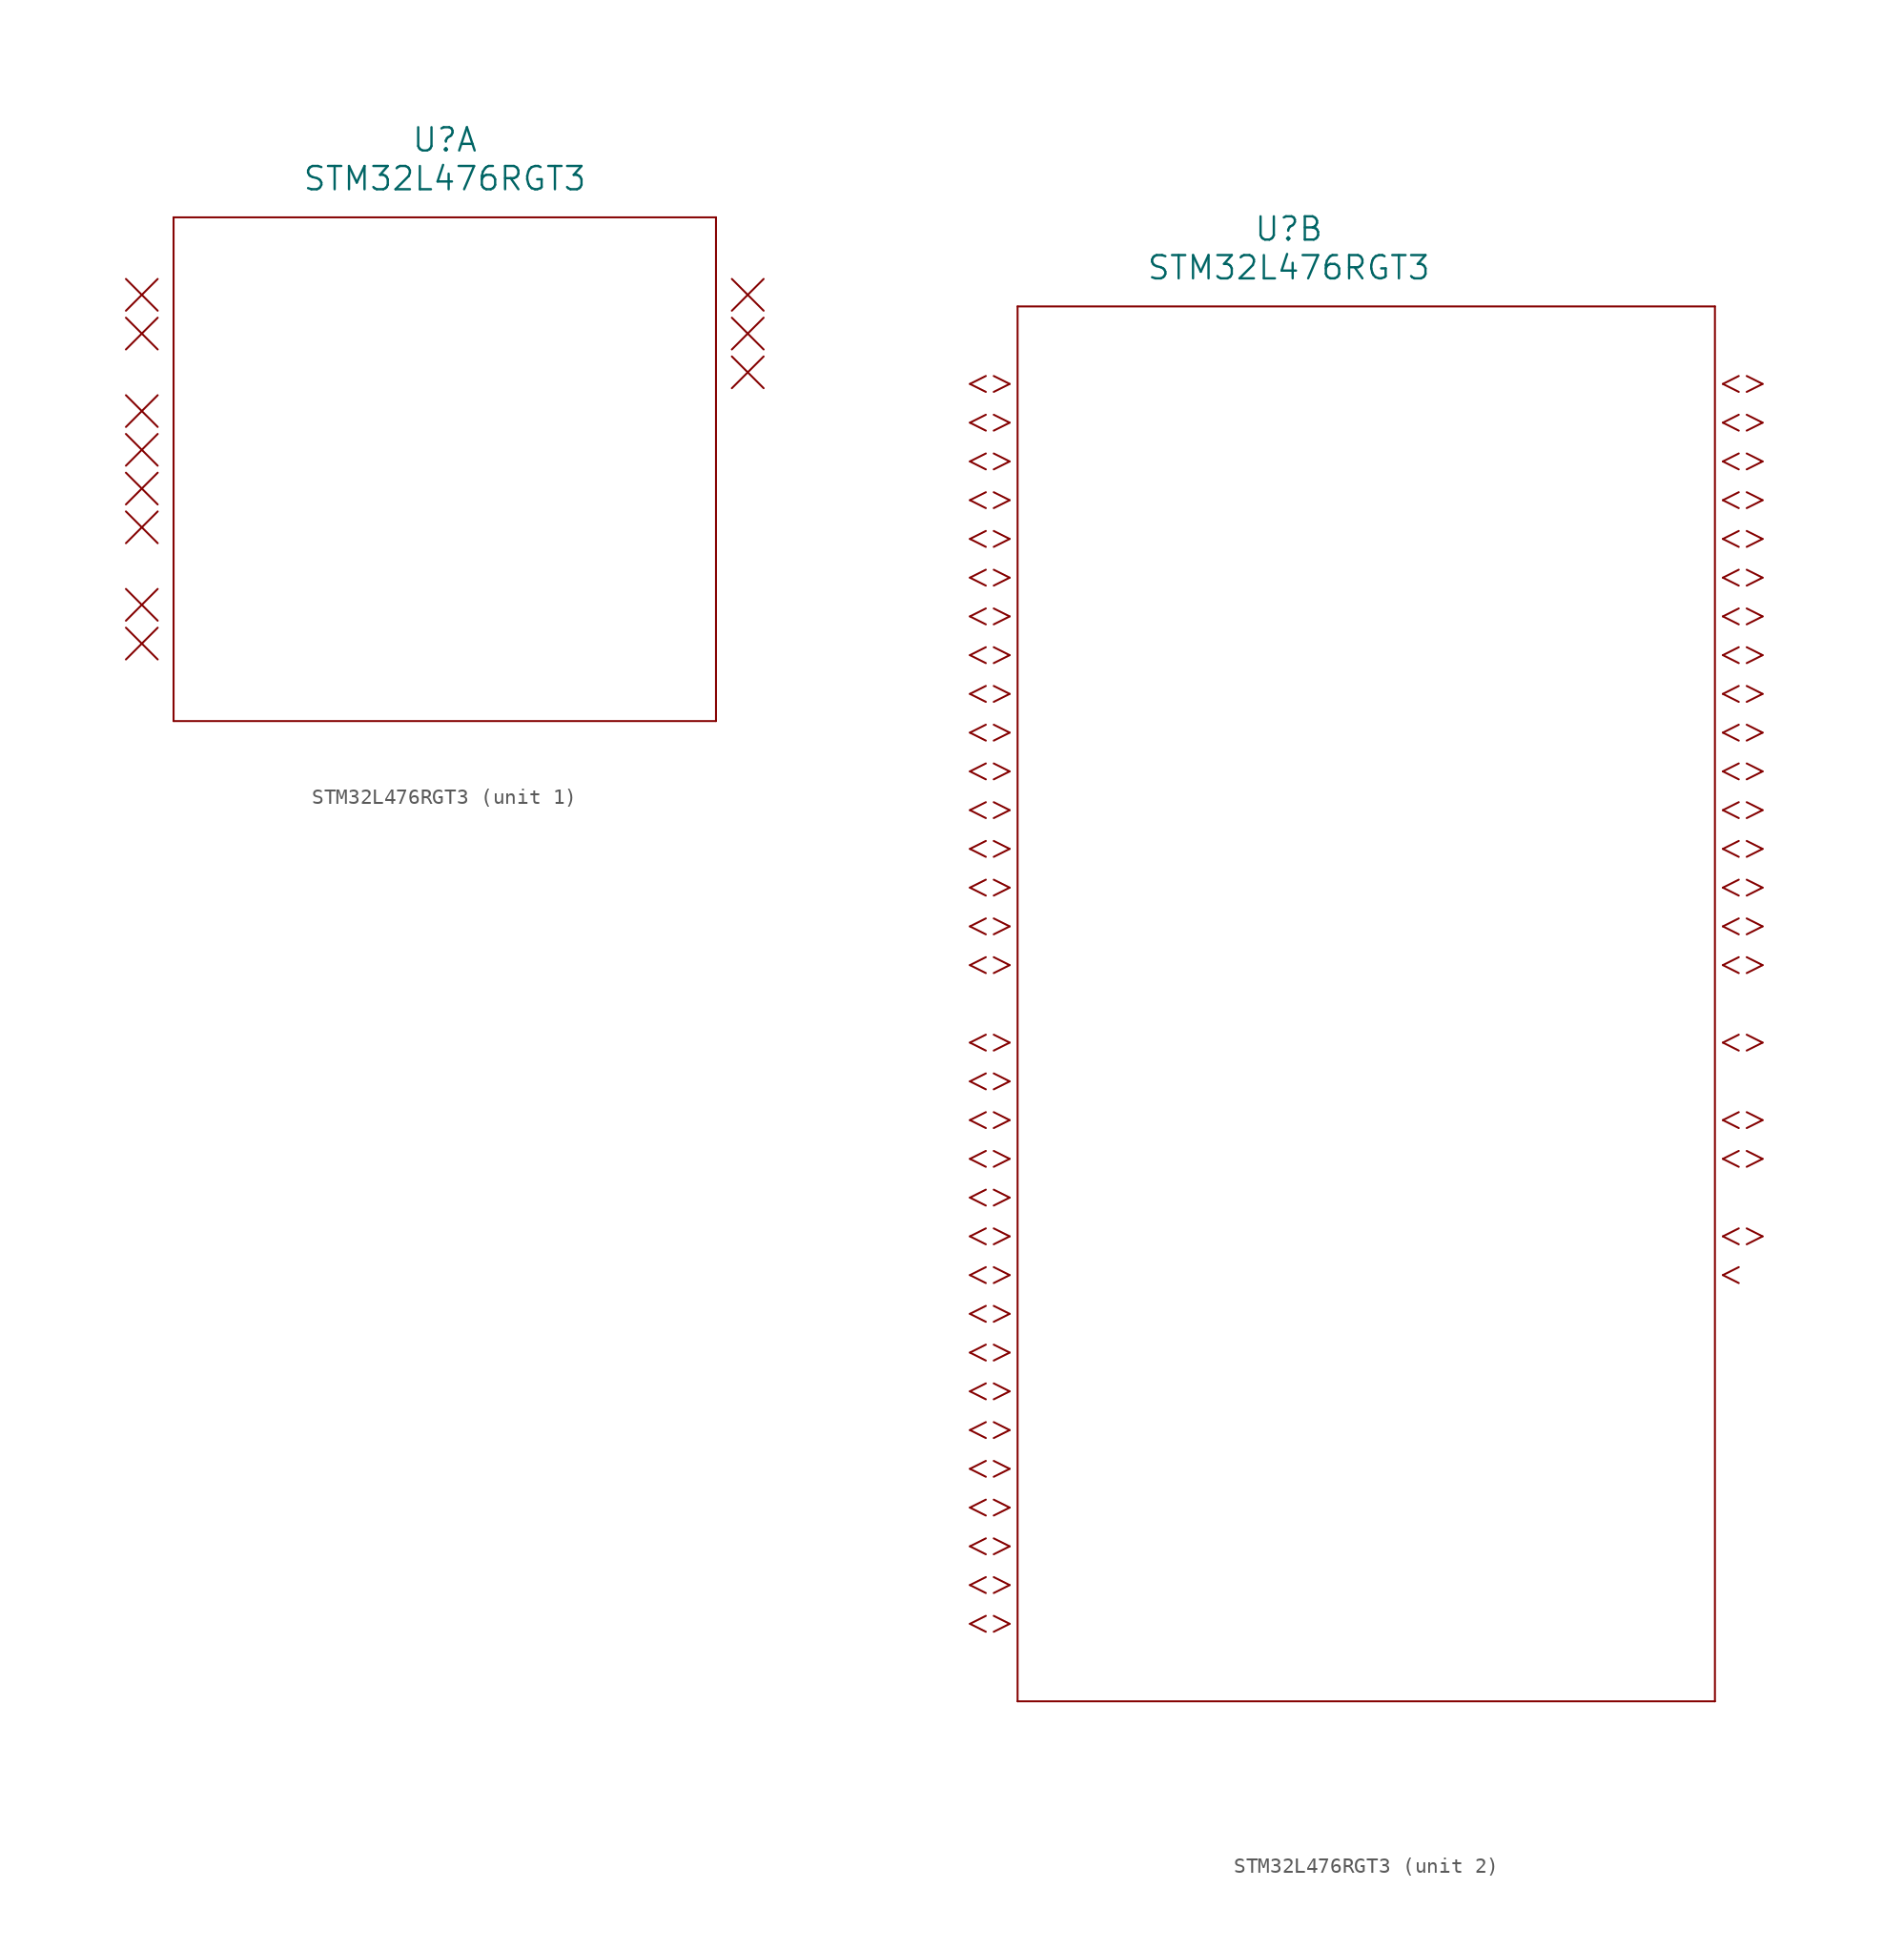
<source format=kicad_sym>
(kicad_symbol_lib
  (version 20211014)
  (generator kicad_symbol_editor)
  (symbol "STM32L476RGT3"
    (pin_names
      (offset 0.254))
    (property "Reference" "U"
      (at 25.4 10.16 0)
      (effects (font (size 1.524 1.524))))
    (property "Value" "STM32L476RGT3"
      (at 25.4 7.62 0)
      (effects (font (size 1.524 1.524))))
    (symbol "STM32L476RGT3_1_1"
      (polyline (pts (xy 4.496 1.041) (xy 6.579 -1.041)) (stroke (width .127) (type default) (color 0 0 0 0)) (fill (type none)))
      (polyline (pts (xy 6.579 1.041) (xy 4.496 -1.041)) (stroke (width .127) (type default) (color 0 0 0 0)) (fill (type none)))
      (polyline (pts (xy 4.496 -1.499) (xy 6.579 -3.581)) (stroke (width .127) (type default) (color 0 0 0 0)) (fill (type none)))
      (polyline (pts (xy 6.579 -1.499) (xy 4.496 -3.581)) (stroke (width .127) (type default) (color 0 0 0 0)) (fill (type none)))
      (polyline (pts (xy 4.496 -6.579) (xy 6.579 -8.661)) (stroke (width .127) (type default) (color 0 0 0 0)) (fill (type none)))
      (polyline (pts (xy 6.579 -6.579) (xy 4.496 -8.661)) (stroke (width .127) (type default) (color 0 0 0 0)) (fill (type none)))
      (polyline (pts (xy 4.496 -9.119) (xy 6.579 -11.201)) (stroke (width .127) (type default) (color 0 0 0 0)) (fill (type none)))
      (polyline (pts (xy 6.579 -9.119) (xy 4.496 -11.201)) (stroke (width .127) (type default) (color 0 0 0 0)) (fill (type none)))
      (polyline (pts (xy 4.496 -11.659) (xy 6.579 -13.741)) (stroke (width .127) (type default) (color 0 0 0 0)) (fill (type none)))
      (polyline (pts (xy 6.579 -11.659) (xy 4.496 -13.741)) (stroke (width .127) (type default) (color 0 0 0 0)) (fill (type none)))
      (polyline (pts (xy 4.496 -14.199) (xy 6.579 -16.281)) (stroke (width .127) (type default) (color 0 0 0 0)) (fill (type none)))
      (polyline (pts (xy 6.579 -14.199) (xy 4.496 -16.281)) (stroke (width .127) (type default) (color 0 0 0 0)) (fill (type none)))
      (polyline (pts (xy 4.496 -19.279) (xy 6.579 -21.361)) (stroke (width .127) (type default) (color 0 0 0 0)) (fill (type none)))
      (polyline (pts (xy 6.579 -19.279) (xy 4.496 -21.361)) (stroke (width .127) (type default) (color 0 0 0 0)) (fill (type none)))
      (polyline (pts (xy 4.496 -21.819) (xy 6.579 -23.901)) (stroke (width .127) (type default) (color 0 0 0 0)) (fill (type none)))
      (polyline (pts (xy 6.579 -21.819) (xy 4.496 -23.901)) (stroke (width .127) (type default) (color 0 0 0 0)) (fill (type none)))
      (polyline (pts (xy 46.304 -1.041) (xy 44.221 1.041)) (stroke (width .127) (type default) (color 0 0 0 0)) (fill (type none)))
      (polyline (pts (xy 44.221 -1.041) (xy 46.304 1.041)) (stroke (width .127) (type default) (color 0 0 0 0)) (fill (type none)))
      (polyline (pts (xy 46.304 -3.581) (xy 44.221 -1.499)) (stroke (width .127) (type default) (color 0 0 0 0)) (fill (type none)))
      (polyline (pts (xy 44.221 -3.581) (xy 46.304 -1.499)) (stroke (width .127) (type default) (color 0 0 0 0)) (fill (type none)))
      (polyline (pts (xy 46.304 -6.121) (xy 44.221 -4.039)) (stroke (width .127) (type default) (color 0 0 0 0)) (fill (type none)))
      (polyline (pts (xy 44.221 -6.121) (xy 46.304 -4.039)) (stroke (width .127) (type default) (color 0 0 0 0)) (fill (type none)))
      (polyline (pts (xy 7.62 5.08) (xy 7.62 -27.94)) (stroke (width .127) (type default) (color 0 0 0 0)) (fill (type none)))
      (polyline (pts (xy 7.62 -27.94) (xy 43.18 -27.94)) (stroke (width .127) (type default) (color 0 0 0 0)) (fill (type none)))
      (polyline (pts (xy 43.18 -27.94) (xy 43.18 5.08)) (stroke (width .127) (type default) (color 0 0 0 0)) (fill (type none)))
      (polyline (pts (xy 43.18 5.08) (xy 7.62 5.08)) (stroke (width .127) (type default) (color 0 0 0 0)) (fill (type none))))
    (symbol "STM32L476RGT3_2_1"
      (polyline (pts (xy 7.099 0) (xy 6.058 .5207)) (stroke (width .127) (type default) (color 0 0 0 0)) (fill (type none)))
      (polyline (pts (xy 7.099 0) (xy 6.058 -.5207)) (stroke (width .127) (type default) (color 0 0 0 0)) (fill (type none)))
      (polyline (pts (xy 5.537 .5207) (xy 4.496 0)) (stroke (width .127) (type default) (color 0 0 0 0)) (fill (type none)))
      (polyline (pts (xy 5.537 -.5207) (xy 4.496 0)) (stroke (width .127) (type default) (color 0 0 0 0)) (fill (type none)))
      (polyline (pts (xy 7.099 -2.54) (xy 6.058 -2.019)) (stroke (width .127) (type default) (color 0 0 0 0)) (fill (type none)))
      (polyline (pts (xy 7.099 -2.54) (xy 6.058 -3.061)) (stroke (width .127) (type default) (color 0 0 0 0)) (fill (type none)))
      (polyline (pts (xy 5.537 -2.019) (xy 4.496 -2.54)) (stroke (width .127) (type default) (color 0 0 0 0)) (fill (type none)))
      (polyline (pts (xy 5.537 -3.061) (xy 4.496 -2.54)) (stroke (width .127) (type default) (color 0 0 0 0)) (fill (type none)))
      (polyline (pts (xy 7.099 -5.08) (xy 6.058 -4.559)) (stroke (width .127) (type default) (color 0 0 0 0)) (fill (type none)))
      (polyline (pts (xy 7.099 -5.08) (xy 6.058 -5.601)) (stroke (width .127) (type default) (color 0 0 0 0)) (fill (type none)))
      (polyline (pts (xy 5.537 -4.559) (xy 4.496 -5.08)) (stroke (width .127) (type default) (color 0 0 0 0)) (fill (type none)))
      (polyline (pts (xy 5.537 -5.601) (xy 4.496 -5.08)) (stroke (width .127) (type default) (color 0 0 0 0)) (fill (type none)))
      (polyline (pts (xy 7.099 -7.62) (xy 6.058 -7.099)) (stroke (width .127) (type default) (color 0 0 0 0)) (fill (type none)))
      (polyline (pts (xy 7.099 -7.62) (xy 6.058 -8.141)) (stroke (width .127) (type default) (color 0 0 0 0)) (fill (type none)))
      (polyline (pts (xy 5.537 -7.099) (xy 4.496 -7.62)) (stroke (width .127) (type default) (color 0 0 0 0)) (fill (type none)))
      (polyline (pts (xy 5.537 -8.141) (xy 4.496 -7.62)) (stroke (width .127) (type default) (color 0 0 0 0)) (fill (type none)))
      (polyline (pts (xy 7.099 -10.16) (xy 6.058 -9.639)) (stroke (width .127) (type default) (color 0 0 0 0)) (fill (type none)))
      (polyline (pts (xy 7.099 -10.16) (xy 6.058 -10.681)) (stroke (width .127) (type default) (color 0 0 0 0)) (fill (type none)))
      (polyline (pts (xy 5.537 -9.639) (xy 4.496 -10.16)) (stroke (width .127) (type default) (color 0 0 0 0)) (fill (type none)))
      (polyline (pts (xy 5.537 -10.681) (xy 4.496 -10.16)) (stroke (width .127) (type default) (color 0 0 0 0)) (fill (type none)))
      (polyline (pts (xy 7.099 -12.7) (xy 6.058 -12.179)) (stroke (width .127) (type default) (color 0 0 0 0)) (fill (type none)))
      (polyline (pts (xy 7.099 -12.7) (xy 6.058 -13.221)) (stroke (width .127) (type default) (color 0 0 0 0)) (fill (type none)))
      (polyline (pts (xy 5.537 -12.179) (xy 4.496 -12.7)) (stroke (width .127) (type default) (color 0 0 0 0)) (fill (type none)))
      (polyline (pts (xy 5.537 -13.221) (xy 4.496 -12.7)) (stroke (width .127) (type default) (color 0 0 0 0)) (fill (type none)))
      (polyline (pts (xy 7.099 -15.24) (xy 6.058 -14.719)) (stroke (width .127) (type default) (color 0 0 0 0)) (fill (type none)))
      (polyline (pts (xy 7.099 -15.24) (xy 6.058 -15.761)) (stroke (width .127) (type default) (color 0 0 0 0)) (fill (type none)))
      (polyline (pts (xy 5.537 -14.719) (xy 4.496 -15.24)) (stroke (width .127) (type default) (color 0 0 0 0)) (fill (type none)))
      (polyline (pts (xy 5.537 -15.761) (xy 4.496 -15.24)) (stroke (width .127) (type default) (color 0 0 0 0)) (fill (type none)))
      (polyline (pts (xy 7.099 -17.78) (xy 6.058 -17.259)) (stroke (width .127) (type default) (color 0 0 0 0)) (fill (type none)))
      (polyline (pts (xy 7.099 -17.78) (xy 6.058 -18.301)) (stroke (width .127) (type default) (color 0 0 0 0)) (fill (type none)))
      (polyline (pts (xy 5.537 -17.259) (xy 4.496 -17.78)) (stroke (width .127) (type default) (color 0 0 0 0)) (fill (type none)))
      (polyline (pts (xy 5.537 -18.301) (xy 4.496 -17.78)) (stroke (width .127) (type default) (color 0 0 0 0)) (fill (type none)))
      (polyline (pts (xy 7.099 -20.32) (xy 6.058 -19.799)) (stroke (width .127) (type default) (color 0 0 0 0)) (fill (type none)))
      (polyline (pts (xy 7.099 -20.32) (xy 6.058 -20.841)) (stroke (width .127) (type default) (color 0 0 0 0)) (fill (type none)))
      (polyline (pts (xy 5.537 -19.799) (xy 4.496 -20.32)) (stroke (width .127) (type default) (color 0 0 0 0)) (fill (type none)))
      (polyline (pts (xy 5.537 -20.841) (xy 4.496 -20.32)) (stroke (width .127) (type default) (color 0 0 0 0)) (fill (type none)))
      (polyline (pts (xy 7.099 -22.86) (xy 6.058 -22.339)) (stroke (width .127) (type default) (color 0 0 0 0)) (fill (type none)))
      (polyline (pts (xy 7.099 -22.86) (xy 6.058 -23.381)) (stroke (width .127) (type default) (color 0 0 0 0)) (fill (type none)))
      (polyline (pts (xy 5.537 -22.339) (xy 4.496 -22.86)) (stroke (width .127) (type default) (color 0 0 0 0)) (fill (type none)))
      (polyline (pts (xy 5.537 -23.381) (xy 4.496 -22.86)) (stroke (width .127) (type default) (color 0 0 0 0)) (fill (type none)))
      (polyline (pts (xy 7.099 -25.4) (xy 6.058 -24.879)) (stroke (width .127) (type default) (color 0 0 0 0)) (fill (type none)))
      (polyline (pts (xy 7.099 -25.4) (xy 6.058 -25.921)) (stroke (width .127) (type default) (color 0 0 0 0)) (fill (type none)))
      (polyline (pts (xy 5.537 -24.879) (xy 4.496 -25.4)) (stroke (width .127) (type default) (color 0 0 0 0)) (fill (type none)))
      (polyline (pts (xy 5.537 -25.921) (xy 4.496 -25.4)) (stroke (width .127) (type default) (color 0 0 0 0)) (fill (type none)))
      (polyline (pts (xy 7.099 -27.94) (xy 6.058 -27.419)) (stroke (width .127) (type default) (color 0 0 0 0)) (fill (type none)))
      (polyline (pts (xy 7.099 -27.94) (xy 6.058 -28.461)) (stroke (width .127) (type default) (color 0 0 0 0)) (fill (type none)))
      (polyline (pts (xy 5.537 -27.419) (xy 4.496 -27.94)) (stroke (width .127) (type default) (color 0 0 0 0)) (fill (type none)))
      (polyline (pts (xy 5.537 -28.461) (xy 4.496 -27.94)) (stroke (width .127) (type default) (color 0 0 0 0)) (fill (type none)))
      (polyline (pts (xy 7.099 -30.48) (xy 6.058 -29.959)) (stroke (width .127) (type default) (color 0 0 0 0)) (fill (type none)))
      (polyline (pts (xy 7.099 -30.48) (xy 6.058 -31.001)) (stroke (width .127) (type default) (color 0 0 0 0)) (fill (type none)))
      (polyline (pts (xy 5.537 -29.959) (xy 4.496 -30.48)) (stroke (width .127) (type default) (color 0 0 0 0)) (fill (type none)))
      (polyline (pts (xy 5.537 -31.001) (xy 4.496 -30.48)) (stroke (width .127) (type default) (color 0 0 0 0)) (fill (type none)))
      (polyline (pts (xy 7.099 -33.02) (xy 6.058 -32.499)) (stroke (width .127) (type default) (color 0 0 0 0)) (fill (type none)))
      (polyline (pts (xy 7.099 -33.02) (xy 6.058 -33.541)) (stroke (width .127) (type default) (color 0 0 0 0)) (fill (type none)))
      (polyline (pts (xy 5.537 -32.499) (xy 4.496 -33.02)) (stroke (width .127) (type default) (color 0 0 0 0)) (fill (type none)))
      (polyline (pts (xy 5.537 -33.541) (xy 4.496 -33.02)) (stroke (width .127) (type default) (color 0 0 0 0)) (fill (type none)))
      (polyline (pts (xy 7.099 -35.56) (xy 6.058 -35.039)) (stroke (width .127) (type default) (color 0 0 0 0)) (fill (type none)))
      (polyline (pts (xy 7.099 -35.56) (xy 6.058 -36.081)) (stroke (width .127) (type default) (color 0 0 0 0)) (fill (type none)))
      (polyline (pts (xy 5.537 -35.039) (xy 4.496 -35.56)) (stroke (width .127) (type default) (color 0 0 0 0)) (fill (type none)))
      (polyline (pts (xy 5.537 -36.081) (xy 4.496 -35.56)) (stroke (width .127) (type default) (color 0 0 0 0)) (fill (type none)))
      (polyline (pts (xy 7.099 -38.1) (xy 6.058 -37.579)) (stroke (width .127) (type default) (color 0 0 0 0)) (fill (type none)))
      (polyline (pts (xy 7.099 -38.1) (xy 6.058 -38.621)) (stroke (width .127) (type default) (color 0 0 0 0)) (fill (type none)))
      (polyline (pts (xy 5.537 -37.579) (xy 4.496 -38.1)) (stroke (width .127) (type default) (color 0 0 0 0)) (fill (type none)))
      (polyline (pts (xy 5.537 -38.621) (xy 4.496 -38.1)) (stroke (width .127) (type default) (color 0 0 0 0)) (fill (type none)))
      (polyline (pts (xy 7.099 -43.18) (xy 6.058 -42.659)) (stroke (width .127) (type default) (color 0 0 0 0)) (fill (type none)))
      (polyline (pts (xy 7.099 -43.18) (xy 6.058 -43.701)) (stroke (width .127) (type default) (color 0 0 0 0)) (fill (type none)))
      (polyline (pts (xy 5.537 -42.659) (xy 4.496 -43.18)) (stroke (width .127) (type default) (color 0 0 0 0)) (fill (type none)))
      (polyline (pts (xy 5.537 -43.701) (xy 4.496 -43.18)) (stroke (width .127) (type default) (color 0 0 0 0)) (fill (type none)))
      (polyline (pts (xy 7.099 -45.72) (xy 6.058 -45.199)) (stroke (width .127) (type default) (color 0 0 0 0)) (fill (type none)))
      (polyline (pts (xy 7.099 -45.72) (xy 6.058 -46.241)) (stroke (width .127) (type default) (color 0 0 0 0)) (fill (type none)))
      (polyline (pts (xy 5.537 -45.199) (xy 4.496 -45.72)) (stroke (width .127) (type default) (color 0 0 0 0)) (fill (type none)))
      (polyline (pts (xy 5.537 -46.241) (xy 4.496 -45.72)) (stroke (width .127) (type default) (color 0 0 0 0)) (fill (type none)))
      (polyline (pts (xy 7.099 -48.26) (xy 6.058 -47.739)) (stroke (width .127) (type default) (color 0 0 0 0)) (fill (type none)))
      (polyline (pts (xy 7.099 -48.26) (xy 6.058 -48.781)) (stroke (width .127) (type default) (color 0 0 0 0)) (fill (type none)))
      (polyline (pts (xy 5.537 -47.739) (xy 4.496 -48.26)) (stroke (width .127) (type default) (color 0 0 0 0)) (fill (type none)))
      (polyline (pts (xy 5.537 -48.781) (xy 4.496 -48.26)) (stroke (width .127) (type default) (color 0 0 0 0)) (fill (type none)))
      (polyline (pts (xy 7.099 -50.8) (xy 6.058 -50.279)) (stroke (width .127) (type default) (color 0 0 0 0)) (fill (type none)))
      (polyline (pts (xy 7.099 -50.8) (xy 6.058 -51.321)) (stroke (width .127) (type default) (color 0 0 0 0)) (fill (type none)))
      (polyline (pts (xy 5.537 -50.279) (xy 4.496 -50.8)) (stroke (width .127) (type default) (color 0 0 0 0)) (fill (type none)))
      (polyline (pts (xy 5.537 -51.321) (xy 4.496 -50.8)) (stroke (width .127) (type default) (color 0 0 0 0)) (fill (type none)))
      (polyline (pts (xy 7.099 -53.34) (xy 6.058 -52.819)) (stroke (width .127) (type default) (color 0 0 0 0)) (fill (type none)))
      (polyline (pts (xy 7.099 -53.34) (xy 6.058 -53.861)) (stroke (width .127) (type default) (color 0 0 0 0)) (fill (type none)))
      (polyline (pts (xy 5.537 -52.819) (xy 4.496 -53.34)) (stroke (width .127) (type default) (color 0 0 0 0)) (fill (type none)))
      (polyline (pts (xy 5.537 -53.861) (xy 4.496 -53.34)) (stroke (width .127) (type default) (color 0 0 0 0)) (fill (type none)))
      (polyline (pts (xy 7.099 -55.88) (xy 6.058 -55.359)) (stroke (width .127) (type default) (color 0 0 0 0)) (fill (type none)))
      (polyline (pts (xy 7.099 -55.88) (xy 6.058 -56.401)) (stroke (width .127) (type default) (color 0 0 0 0)) (fill (type none)))
      (polyline (pts (xy 5.537 -55.359) (xy 4.496 -55.88)) (stroke (width .127) (type default) (color 0 0 0 0)) (fill (type none)))
      (polyline (pts (xy 5.537 -56.401) (xy 4.496 -55.88)) (stroke (width .127) (type default) (color 0 0 0 0)) (fill (type none)))
      (polyline (pts (xy 7.099 -58.42) (xy 6.058 -57.899)) (stroke (width .127) (type default) (color 0 0 0 0)) (fill (type none)))
      (polyline (pts (xy 7.099 -58.42) (xy 6.058 -58.941)) (stroke (width .127) (type default) (color 0 0 0 0)) (fill (type none)))
      (polyline (pts (xy 5.537 -57.899) (xy 4.496 -58.42)) (stroke (width .127) (type default) (color 0 0 0 0)) (fill (type none)))
      (polyline (pts (xy 5.537 -58.941) (xy 4.496 -58.42)) (stroke (width .127) (type default) (color 0 0 0 0)) (fill (type none)))
      (polyline (pts (xy 7.099 -60.96) (xy 6.058 -60.439)) (stroke (width .127) (type default) (color 0 0 0 0)) (fill (type none)))
      (polyline (pts (xy 7.099 -60.96) (xy 6.058 -61.481)) (stroke (width .127) (type default) (color 0 0 0 0)) (fill (type none)))
      (polyline (pts (xy 5.537 -60.439) (xy 4.496 -60.96)) (stroke (width .127) (type default) (color 0 0 0 0)) (fill (type none)))
      (polyline (pts (xy 5.537 -61.481) (xy 4.496 -60.96)) (stroke (width .127) (type default) (color 0 0 0 0)) (fill (type none)))
      (polyline (pts (xy 7.099 -63.5) (xy 6.058 -62.979)) (stroke (width .127) (type default) (color 0 0 0 0)) (fill (type none)))
      (polyline (pts (xy 7.099 -63.5) (xy 6.058 -64.021)) (stroke (width .127) (type default) (color 0 0 0 0)) (fill (type none)))
      (polyline (pts (xy 5.537 -62.979) (xy 4.496 -63.5)) (stroke (width .127) (type default) (color 0 0 0 0)) (fill (type none)))
      (polyline (pts (xy 5.537 -64.021) (xy 4.496 -63.5)) (stroke (width .127) (type default) (color 0 0 0 0)) (fill (type none)))
      (polyline (pts (xy 7.099 -66.04) (xy 6.058 -65.519)) (stroke (width .127) (type default) (color 0 0 0 0)) (fill (type none)))
      (polyline (pts (xy 7.099 -66.04) (xy 6.058 -66.561)) (stroke (width .127) (type default) (color 0 0 0 0)) (fill (type none)))
      (polyline (pts (xy 5.537 -65.519) (xy 4.496 -66.04)) (stroke (width .127) (type default) (color 0 0 0 0)) (fill (type none)))
      (polyline (pts (xy 5.537 -66.561) (xy 4.496 -66.04)) (stroke (width .127) (type default) (color 0 0 0 0)) (fill (type none)))
      (polyline (pts (xy 7.099 -68.58) (xy 6.058 -68.059)) (stroke (width .127) (type default) (color 0 0 0 0)) (fill (type none)))
      (polyline (pts (xy 7.099 -68.58) (xy 6.058 -69.101)) (stroke (width .127) (type default) (color 0 0 0 0)) (fill (type none)))
      (polyline (pts (xy 5.537 -68.059) (xy 4.496 -68.58)) (stroke (width .127) (type default) (color 0 0 0 0)) (fill (type none)))
      (polyline (pts (xy 5.537 -69.101) (xy 4.496 -68.58)) (stroke (width .127) (type default) (color 0 0 0 0)) (fill (type none)))
      (polyline (pts (xy 7.099 -71.12) (xy 6.058 -70.599)) (stroke (width .127) (type default) (color 0 0 0 0)) (fill (type none)))
      (polyline (pts (xy 7.099 -71.12) (xy 6.058 -71.641)) (stroke (width .127) (type default) (color 0 0 0 0)) (fill (type none)))
      (polyline (pts (xy 5.537 -70.599) (xy 4.496 -71.12)) (stroke (width .127) (type default) (color 0 0 0 0)) (fill (type none)))
      (polyline (pts (xy 5.537 -71.641) (xy 4.496 -71.12)) (stroke (width .127) (type default) (color 0 0 0 0)) (fill (type none)))
      (polyline (pts (xy 7.099 -73.66) (xy 6.058 -73.139)) (stroke (width .127) (type default) (color 0 0 0 0)) (fill (type none)))
      (polyline (pts (xy 7.099 -73.66) (xy 6.058 -74.181)) (stroke (width .127) (type default) (color 0 0 0 0)) (fill (type none)))
      (polyline (pts (xy 5.537 -73.139) (xy 4.496 -73.66)) (stroke (width .127) (type default) (color 0 0 0 0)) (fill (type none)))
      (polyline (pts (xy 5.537 -74.181) (xy 4.496 -73.66)) (stroke (width .127) (type default) (color 0 0 0 0)) (fill (type none)))
      (polyline (pts (xy 7.099 -76.2) (xy 6.058 -75.679)) (stroke (width .127) (type default) (color 0 0 0 0)) (fill (type none)))
      (polyline (pts (xy 7.099 -76.2) (xy 6.058 -76.721)) (stroke (width .127) (type default) (color 0 0 0 0)) (fill (type none)))
      (polyline (pts (xy 5.537 -75.679) (xy 4.496 -76.2)) (stroke (width .127) (type default) (color 0 0 0 0)) (fill (type none)))
      (polyline (pts (xy 5.537 -76.721) (xy 4.496 -76.2)) (stroke (width .127) (type default) (color 0 0 0 0)) (fill (type none)))
      (polyline (pts (xy 7.099 -78.74) (xy 6.058 -78.219)) (stroke (width .127) (type default) (color 0 0 0 0)) (fill (type none)))
      (polyline (pts (xy 7.099 -78.74) (xy 6.058 -79.261)) (stroke (width .127) (type default) (color 0 0 0 0)) (fill (type none)))
      (polyline (pts (xy 5.537 -78.219) (xy 4.496 -78.74)) (stroke (width .127) (type default) (color 0 0 0 0)) (fill (type none)))
      (polyline (pts (xy 5.537 -79.261) (xy 4.496 -78.74)) (stroke (width .127) (type default) (color 0 0 0 0)) (fill (type none)))
      (polyline (pts (xy 7.099 -81.28) (xy 6.058 -80.759)) (stroke (width .127) (type default) (color 0 0 0 0)) (fill (type none)))
      (polyline (pts (xy 7.099 -81.28) (xy 6.058 -81.801)) (stroke (width .127) (type default) (color 0 0 0 0)) (fill (type none)))
      (polyline (pts (xy 5.537 -80.759) (xy 4.496 -81.28)) (stroke (width .127) (type default) (color 0 0 0 0)) (fill (type none)))
      (polyline (pts (xy 5.537 -81.801) (xy 4.496 -81.28)) (stroke (width .127) (type default) (color 0 0 0 0)) (fill (type none)))
      (polyline (pts (xy 53.861 0) (xy 54.902 .5207)) (stroke (width .127) (type default) (color 0 0 0 0)) (fill (type none)))
      (polyline (pts (xy 53.861 0) (xy 54.902 -.5207)) (stroke (width .127) (type default) (color 0 0 0 0)) (fill (type none)))
      (polyline (pts (xy 55.423 .5207) (xy 56.464 0)) (stroke (width .127) (type default) (color 0 0 0 0)) (fill (type none)))
      (polyline (pts (xy 55.423 -.5207) (xy 56.464 0)) (stroke (width .127) (type default) (color 0 0 0 0)) (fill (type none)))
      (polyline (pts (xy 53.861 -2.54) (xy 54.902 -2.019)) (stroke (width .127) (type default) (color 0 0 0 0)) (fill (type none)))
      (polyline (pts (xy 53.861 -2.54) (xy 54.902 -3.061)) (stroke (width .127) (type default) (color 0 0 0 0)) (fill (type none)))
      (polyline (pts (xy 55.423 -2.019) (xy 56.464 -2.54)) (stroke (width .127) (type default) (color 0 0 0 0)) (fill (type none)))
      (polyline (pts (xy 55.423 -3.061) (xy 56.464 -2.54)) (stroke (width .127) (type default) (color 0 0 0 0)) (fill (type none)))
      (polyline (pts (xy 53.861 -5.08) (xy 54.902 -4.559)) (stroke (width .127) (type default) (color 0 0 0 0)) (fill (type none)))
      (polyline (pts (xy 53.861 -5.08) (xy 54.902 -5.601)) (stroke (width .127) (type default) (color 0 0 0 0)) (fill (type none)))
      (polyline (pts (xy 55.423 -4.559) (xy 56.464 -5.08)) (stroke (width .127) (type default) (color 0 0 0 0)) (fill (type none)))
      (polyline (pts (xy 55.423 -5.601) (xy 56.464 -5.08)) (stroke (width .127) (type default) (color 0 0 0 0)) (fill (type none)))
      (polyline (pts (xy 53.861 -7.62) (xy 54.902 -7.099)) (stroke (width .127) (type default) (color 0 0 0 0)) (fill (type none)))
      (polyline (pts (xy 53.861 -7.62) (xy 54.902 -8.141)) (stroke (width .127) (type default) (color 0 0 0 0)) (fill (type none)))
      (polyline (pts (xy 55.423 -7.099) (xy 56.464 -7.62)) (stroke (width .127) (type default) (color 0 0 0 0)) (fill (type none)))
      (polyline (pts (xy 55.423 -8.141) (xy 56.464 -7.62)) (stroke (width .127) (type default) (color 0 0 0 0)) (fill (type none)))
      (polyline (pts (xy 53.861 -10.16) (xy 54.902 -9.639)) (stroke (width .127) (type default) (color 0 0 0 0)) (fill (type none)))
      (polyline (pts (xy 53.861 -10.16) (xy 54.902 -10.681)) (stroke (width .127) (type default) (color 0 0 0 0)) (fill (type none)))
      (polyline (pts (xy 55.423 -9.639) (xy 56.464 -10.16)) (stroke (width .127) (type default) (color 0 0 0 0)) (fill (type none)))
      (polyline (pts (xy 55.423 -10.681) (xy 56.464 -10.16)) (stroke (width .127) (type default) (color 0 0 0 0)) (fill (type none)))
      (polyline (pts (xy 53.861 -12.7) (xy 54.902 -12.179)) (stroke (width .127) (type default) (color 0 0 0 0)) (fill (type none)))
      (polyline (pts (xy 53.861 -12.7) (xy 54.902 -13.221)) (stroke (width .127) (type default) (color 0 0 0 0)) (fill (type none)))
      (polyline (pts (xy 55.423 -12.179) (xy 56.464 -12.7)) (stroke (width .127) (type default) (color 0 0 0 0)) (fill (type none)))
      (polyline (pts (xy 55.423 -13.221) (xy 56.464 -12.7)) (stroke (width .127) (type default) (color 0 0 0 0)) (fill (type none)))
      (polyline (pts (xy 53.861 -15.24) (xy 54.902 -14.719)) (stroke (width .127) (type default) (color 0 0 0 0)) (fill (type none)))
      (polyline (pts (xy 53.861 -15.24) (xy 54.902 -15.761)) (stroke (width .127) (type default) (color 0 0 0 0)) (fill (type none)))
      (polyline (pts (xy 55.423 -14.719) (xy 56.464 -15.24)) (stroke (width .127) (type default) (color 0 0 0 0)) (fill (type none)))
      (polyline (pts (xy 55.423 -15.761) (xy 56.464 -15.24)) (stroke (width .127) (type default) (color 0 0 0 0)) (fill (type none)))
      (polyline (pts (xy 53.861 -17.78) (xy 54.902 -17.259)) (stroke (width .127) (type default) (color 0 0 0 0)) (fill (type none)))
      (polyline (pts (xy 53.861 -17.78) (xy 54.902 -18.301)) (stroke (width .127) (type default) (color 0 0 0 0)) (fill (type none)))
      (polyline (pts (xy 55.423 -17.259) (xy 56.464 -17.78)) (stroke (width .127) (type default) (color 0 0 0 0)) (fill (type none)))
      (polyline (pts (xy 55.423 -18.301) (xy 56.464 -17.78)) (stroke (width .127) (type default) (color 0 0 0 0)) (fill (type none)))
      (polyline (pts (xy 53.861 -20.32) (xy 54.902 -19.799)) (stroke (width .127) (type default) (color 0 0 0 0)) (fill (type none)))
      (polyline (pts (xy 53.861 -20.32) (xy 54.902 -20.841)) (stroke (width .127) (type default) (color 0 0 0 0)) (fill (type none)))
      (polyline (pts (xy 55.423 -19.799) (xy 56.464 -20.32)) (stroke (width .127) (type default) (color 0 0 0 0)) (fill (type none)))
      (polyline (pts (xy 55.423 -20.841) (xy 56.464 -20.32)) (stroke (width .127) (type default) (color 0 0 0 0)) (fill (type none)))
      (polyline (pts (xy 53.861 -22.86) (xy 54.902 -22.339)) (stroke (width .127) (type default) (color 0 0 0 0)) (fill (type none)))
      (polyline (pts (xy 53.861 -22.86) (xy 54.902 -23.381)) (stroke (width .127) (type default) (color 0 0 0 0)) (fill (type none)))
      (polyline (pts (xy 55.423 -22.339) (xy 56.464 -22.86)) (stroke (width .127) (type default) (color 0 0 0 0)) (fill (type none)))
      (polyline (pts (xy 55.423 -23.381) (xy 56.464 -22.86)) (stroke (width .127) (type default) (color 0 0 0 0)) (fill (type none)))
      (polyline (pts (xy 53.861 -25.4) (xy 54.902 -24.879)) (stroke (width .127) (type default) (color 0 0 0 0)) (fill (type none)))
      (polyline (pts (xy 53.861 -25.4) (xy 54.902 -25.921)) (stroke (width .127) (type default) (color 0 0 0 0)) (fill (type none)))
      (polyline (pts (xy 55.423 -24.879) (xy 56.464 -25.4)) (stroke (width .127) (type default) (color 0 0 0 0)) (fill (type none)))
      (polyline (pts (xy 55.423 -25.921) (xy 56.464 -25.4)) (stroke (width .127) (type default) (color 0 0 0 0)) (fill (type none)))
      (polyline (pts (xy 53.861 -27.94) (xy 54.902 -27.419)) (stroke (width .127) (type default) (color 0 0 0 0)) (fill (type none)))
      (polyline (pts (xy 53.861 -27.94) (xy 54.902 -28.461)) (stroke (width .127) (type default) (color 0 0 0 0)) (fill (type none)))
      (polyline (pts (xy 55.423 -27.419) (xy 56.464 -27.94)) (stroke (width .127) (type default) (color 0 0 0 0)) (fill (type none)))
      (polyline (pts (xy 55.423 -28.461) (xy 56.464 -27.94)) (stroke (width .127) (type default) (color 0 0 0 0)) (fill (type none)))
      (polyline (pts (xy 53.861 -30.48) (xy 54.902 -29.959)) (stroke (width .127) (type default) (color 0 0 0 0)) (fill (type none)))
      (polyline (pts (xy 53.861 -30.48) (xy 54.902 -31.001)) (stroke (width .127) (type default) (color 0 0 0 0)) (fill (type none)))
      (polyline (pts (xy 55.423 -29.959) (xy 56.464 -30.48)) (stroke (width .127) (type default) (color 0 0 0 0)) (fill (type none)))
      (polyline (pts (xy 55.423 -31.001) (xy 56.464 -30.48)) (stroke (width .127) (type default) (color 0 0 0 0)) (fill (type none)))
      (polyline (pts (xy 53.861 -33.02) (xy 54.902 -32.499)) (stroke (width .127) (type default) (color 0 0 0 0)) (fill (type none)))
      (polyline (pts (xy 53.861 -33.02) (xy 54.902 -33.541)) (stroke (width .127) (type default) (color 0 0 0 0)) (fill (type none)))
      (polyline (pts (xy 55.423 -32.499) (xy 56.464 -33.02)) (stroke (width .127) (type default) (color 0 0 0 0)) (fill (type none)))
      (polyline (pts (xy 55.423 -33.541) (xy 56.464 -33.02)) (stroke (width .127) (type default) (color 0 0 0 0)) (fill (type none)))
      (polyline (pts (xy 53.861 -35.56) (xy 54.902 -35.039)) (stroke (width .127) (type default) (color 0 0 0 0)) (fill (type none)))
      (polyline (pts (xy 53.861 -35.56) (xy 54.902 -36.081)) (stroke (width .127) (type default) (color 0 0 0 0)) (fill (type none)))
      (polyline (pts (xy 55.423 -35.039) (xy 56.464 -35.56)) (stroke (width .127) (type default) (color 0 0 0 0)) (fill (type none)))
      (polyline (pts (xy 55.423 -36.081) (xy 56.464 -35.56)) (stroke (width .127) (type default) (color 0 0 0 0)) (fill (type none)))
      (polyline (pts (xy 53.861 -38.1) (xy 54.902 -37.579)) (stroke (width .127) (type default) (color 0 0 0 0)) (fill (type none)))
      (polyline (pts (xy 53.861 -38.1) (xy 54.902 -38.621)) (stroke (width .127) (type default) (color 0 0 0 0)) (fill (type none)))
      (polyline (pts (xy 55.423 -37.579) (xy 56.464 -38.1)) (stroke (width .127) (type default) (color 0 0 0 0)) (fill (type none)))
      (polyline (pts (xy 55.423 -38.621) (xy 56.464 -38.1)) (stroke (width .127) (type default) (color 0 0 0 0)) (fill (type none)))
      (polyline (pts (xy 53.861 -43.18) (xy 54.902 -42.659)) (stroke (width .127) (type default) (color 0 0 0 0)) (fill (type none)))
      (polyline (pts (xy 53.861 -43.18) (xy 54.902 -43.701)) (stroke (width .127) (type default) (color 0 0 0 0)) (fill (type none)))
      (polyline (pts (xy 55.423 -42.659) (xy 56.464 -43.18)) (stroke (width .127) (type default) (color 0 0 0 0)) (fill (type none)))
      (polyline (pts (xy 55.423 -43.701) (xy 56.464 -43.18)) (stroke (width .127) (type default) (color 0 0 0 0)) (fill (type none)))
      (polyline (pts (xy 53.861 -48.26) (xy 54.902 -47.739)) (stroke (width .127) (type default) (color 0 0 0 0)) (fill (type none)))
      (polyline (pts (xy 53.861 -48.26) (xy 54.902 -48.781)) (stroke (width .127) (type default) (color 0 0 0 0)) (fill (type none)))
      (polyline (pts (xy 55.423 -47.739) (xy 56.464 -48.26)) (stroke (width .127) (type default) (color 0 0 0 0)) (fill (type none)))
      (polyline (pts (xy 55.423 -48.781) (xy 56.464 -48.26)) (stroke (width .127) (type default) (color 0 0 0 0)) (fill (type none)))
      (polyline (pts (xy 53.861 -50.8) (xy 54.902 -50.279)) (stroke (width .127) (type default) (color 0 0 0 0)) (fill (type none)))
      (polyline (pts (xy 53.861 -50.8) (xy 54.902 -51.321)) (stroke (width .127) (type default) (color 0 0 0 0)) (fill (type none)))
      (polyline (pts (xy 55.423 -50.279) (xy 56.464 -50.8)) (stroke (width .127) (type default) (color 0 0 0 0)) (fill (type none)))
      (polyline (pts (xy 55.423 -51.321) (xy 56.464 -50.8)) (stroke (width .127) (type default) (color 0 0 0 0)) (fill (type none)))
      (polyline (pts (xy 53.861 -55.88) (xy 54.902 -55.359)) (stroke (width .127) (type default) (color 0 0 0 0)) (fill (type none)))
      (polyline (pts (xy 53.861 -55.88) (xy 54.902 -56.401)) (stroke (width .127) (type default) (color 0 0 0 0)) (fill (type none)))
      (polyline (pts (xy 55.423 -55.359) (xy 56.464 -55.88)) (stroke (width .127) (type default) (color 0 0 0 0)) (fill (type none)))
      (polyline (pts (xy 55.423 -56.401) (xy 56.464 -55.88)) (stroke (width .127) (type default) (color 0 0 0 0)) (fill (type none)))
      (polyline (pts (xy 53.861 -58.42) (xy 54.902 -57.899)) (stroke (width .127) (type default) (color 0 0 0 0)) (fill (type none)))
      (polyline (pts (xy 53.861 -58.42) (xy 54.902 -58.941)) (stroke (width .127) (type default) (color 0 0 0 0)) (fill (type none)))
      (polyline (pts (xy 7.62 5.08) (xy 7.62 -86.36)) (stroke (width .127) (type default) (color 0 0 0 0)) (fill (type none)))
      (polyline (pts (xy 7.62 -86.36) (xy 53.34 -86.36)) (stroke (width .127) (type default) (color 0 0 0 0)) (fill (type none)))
      (polyline (pts (xy 53.34 -86.36) (xy 53.34 5.08)) (stroke (width .127) (type default) (color 0 0 0 0)) (fill (type none)))
      (polyline (pts (xy 53.34 5.08) (xy 7.62 5.08)) (stroke (width .127) (type default) (color 0 0 0 0)) (fill (type none))))))
</source>
